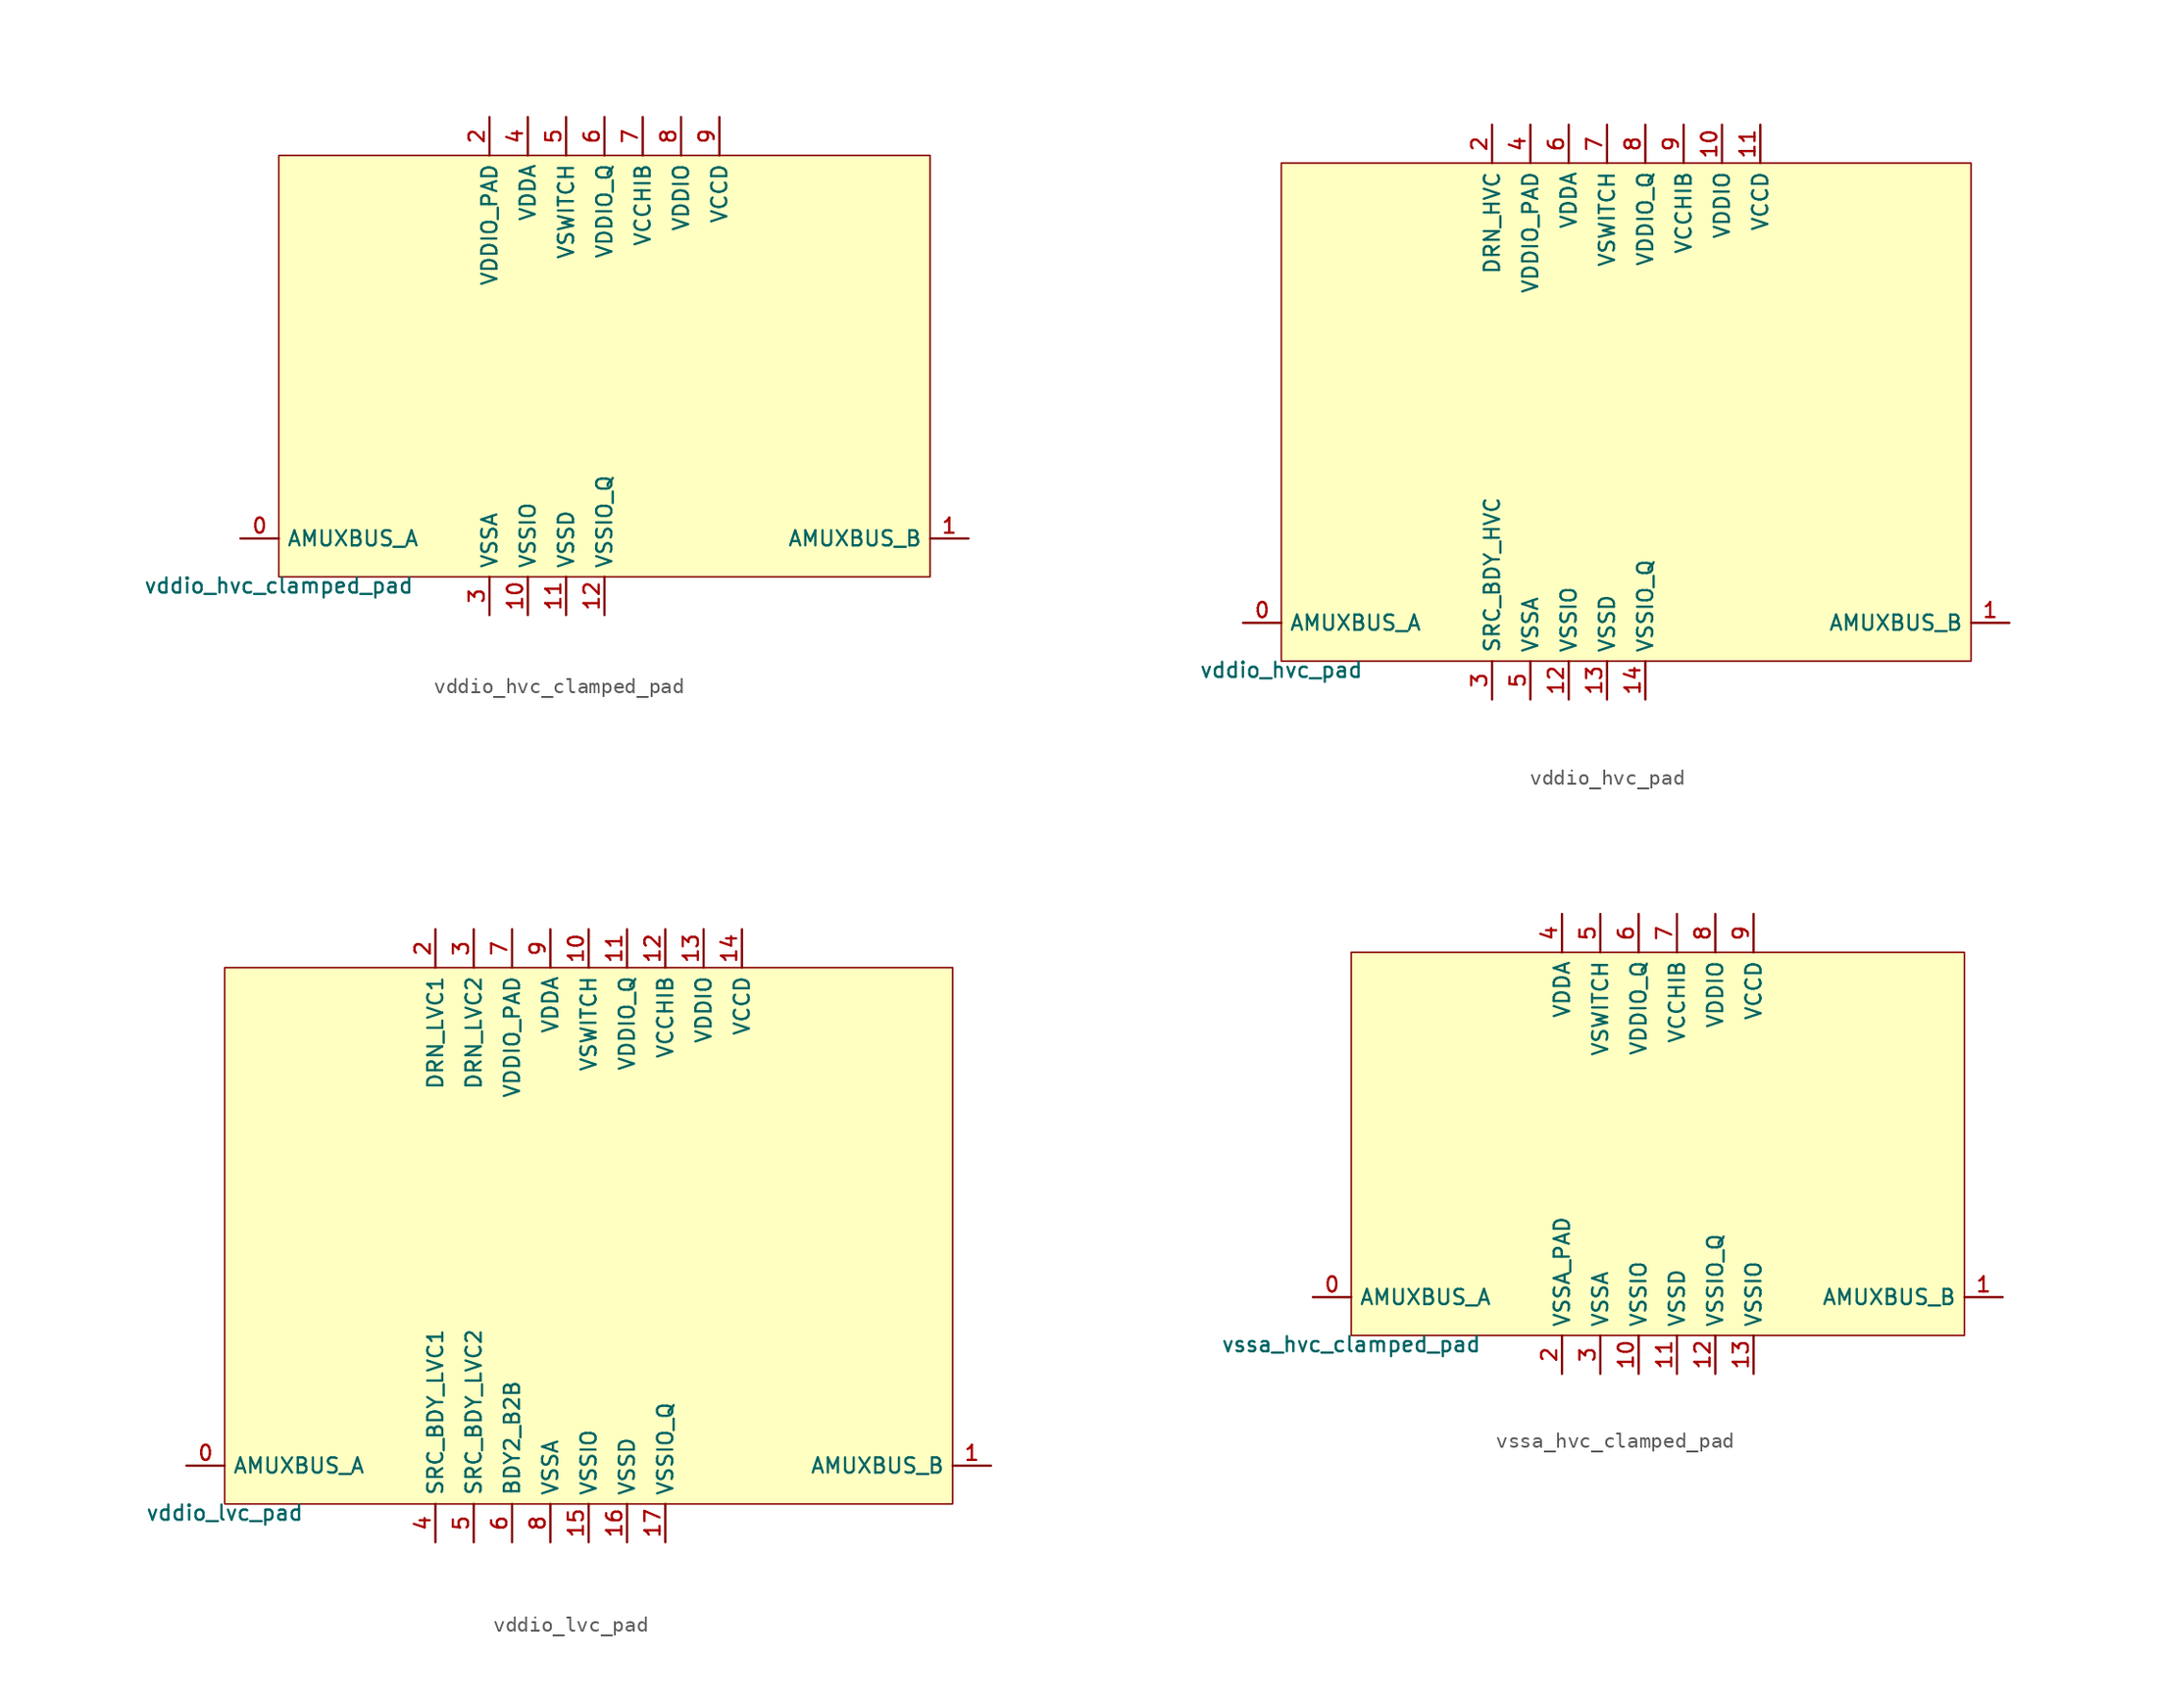
<source format=kicad_sym>
(kicad_symbol_lib
  (version 20211014)
  (generator lef2kicad_sym)
  (symbol "vddio_hvc_clamped_pad"
    (property "Reference" "CELL"
      (at 0 0 0)
      (effects (font (size 1 1)) hide))
    (property "Value" "vddio_hvc_clamped_pad"
      (at -21.59 -13.97 0)
      (effects (font (size 1 1)) (justify top)))
    (rectangle
      (start -21.59 -13.97)
      (end 21.59 13.97)
      (stroke (width 0.1) (type solid) (color 0 0 0 0))
      (fill (type background)))
    (pin bidirectional line
      (at -24.13 -11.43 0)
      (length 2.54)
      (name "AMUXBUS_A" (effects (font (size 1 1)) hide))
      (number "0" (effects (font (size 1 1)) hide)))
    (pin bidirectional line
      (at 24.13 -11.43 180)
      (length 2.54)
      (name "AMUXBUS_B" (effects (font (size 1 1)) hide))
      (number "1" (effects (font (size 1 1)) hide)))
    (pin power_in line
      (at -7.62 16.51 270)
      (length 2.54)
      (name "VDDIO_PAD" (effects (font (size 1 1)) hide))
      (number "2" (effects (font (size 1 1)) hide)))
    (pin power_in line
      (at -7.62 -16.51 90)
      (length 2.54)
      (name "VSSA" (effects (font (size 1 1)) hide))
      (number "3" (effects (font (size 1 1)) hide)))
    (pin power_in line
      (at -5.08 16.51 270)
      (length 2.54)
      (name "VDDA" (effects (font (size 1 1)) hide))
      (number "4" (effects (font (size 1 1)) hide)))
    (pin power_in line
      (at -2.54 16.51 270)
      (length 2.54)
      (name "VSWITCH" (effects (font (size 1 1)) hide))
      (number "5" (effects (font (size 1 1)) hide)))
    (pin power_in line
      (at 0.0 16.51 270)
      (length 2.54)
      (name "VDDIO_Q" (effects (font (size 1 1)) hide))
      (number "6" (effects (font (size 1 1)) hide)))
    (pin power_in line
      (at 2.54 16.51 270)
      (length 2.54)
      (name "VCCHIB" (effects (font (size 1 1)) hide))
      (number "7" (effects (font (size 1 1)) hide)))
    (pin power_in line
      (at 5.08 16.51 270)
      (length 2.54)
      (name "VDDIO" (effects (font (size 1 1)) hide))
      (number "8" (effects (font (size 1 1)) hide)))
    (pin power_in line
      (at 7.62 16.51 270)
      (length 2.54)
      (name "VCCD" (effects (font (size 1 1)) hide))
      (number "9" (effects (font (size 1 1)) hide)))
    (pin power_in line
      (at -5.08 -16.51 90)
      (length 2.54)
      (name "VSSIO" (effects (font (size 1 1)) hide))
      (number "10" (effects (font (size 1 1)) hide)))
    (pin power_in line
      (at -2.54 -16.51 90)
      (length 2.54)
      (name "VSSD" (effects (font (size 1 1)) hide))
      (number "11" (effects (font (size 1 1)) hide)))
    (pin power_in line
      (at 0.0 -16.51 90)
      (length 2.54)
      (name "VSSIO_Q" (effects (font (size 1 1)) hide))
      (number "12" (effects (font (size 1 1)) hide))))
  (symbol "vddio_hvc_pad"
    (property "Reference" "CELL"
      (at 0 0 0)
      (effects (font (size 1 1)) hide))
    (property "Value" "vddio_hvc_pad"
      (at -22.86 -16.51 0)
      (effects (font (size 1 1)) (justify top)))
    (rectangle
      (start -22.86 -16.51)
      (end 22.86 16.51)
      (stroke (width 0.1) (type solid) (color 0 0 0 0))
      (fill (type background)))
    (pin bidirectional line
      (at -25.4 -13.97 0)
      (length 2.54)
      (name "AMUXBUS_A" (effects (font (size 1 1)) hide))
      (number "0" (effects (font (size 1 1)) hide)))
    (pin bidirectional line
      (at 25.4 -13.97 180)
      (length 2.54)
      (name "AMUXBUS_B" (effects (font (size 1 1)) hide))
      (number "1" (effects (font (size 1 1)) hide)))
    (pin power_in line
      (at -8.89 19.05 270)
      (length 2.54)
      (name "DRN_HVC" (effects (font (size 1 1)) hide))
      (number "2" (effects (font (size 1 1)) hide)))
    (pin power_in line
      (at -8.89 -19.05 90)
      (length 2.54)
      (name "SRC_BDY_HVC" (effects (font (size 1 1)) hide))
      (number "3" (effects (font (size 1 1)) hide)))
    (pin power_in line
      (at -6.35 19.05 270)
      (length 2.54)
      (name "VDDIO_PAD" (effects (font (size 1 1)) hide))
      (number "4" (effects (font (size 1 1)) hide)))
    (pin power_in line
      (at -6.35 -19.05 90)
      (length 2.54)
      (name "VSSA" (effects (font (size 1 1)) hide))
      (number "5" (effects (font (size 1 1)) hide)))
    (pin power_in line
      (at -3.81 19.05 270)
      (length 2.54)
      (name "VDDA" (effects (font (size 1 1)) hide))
      (number "6" (effects (font (size 1 1)) hide)))
    (pin power_in line
      (at -1.27 19.05 270)
      (length 2.54)
      (name "VSWITCH" (effects (font (size 1 1)) hide))
      (number "7" (effects (font (size 1 1)) hide)))
    (pin power_in line
      (at 1.27 19.05 270)
      (length 2.54)
      (name "VDDIO_Q" (effects (font (size 1 1)) hide))
      (number "8" (effects (font (size 1 1)) hide)))
    (pin power_in line
      (at 3.81 19.05 270)
      (length 2.54)
      (name "VCCHIB" (effects (font (size 1 1)) hide))
      (number "9" (effects (font (size 1 1)) hide)))
    (pin power_in line
      (at 6.35 19.05 270)
      (length 2.54)
      (name "VDDIO" (effects (font (size 1 1)) hide))
      (number "10" (effects (font (size 1 1)) hide)))
    (pin power_in line
      (at 8.89 19.05 270)
      (length 2.54)
      (name "VCCD" (effects (font (size 1 1)) hide))
      (number "11" (effects (font (size 1 1)) hide)))
    (pin power_in line
      (at -3.81 -19.05 90)
      (length 2.54)
      (name "VSSIO" (effects (font (size 1 1)) hide))
      (number "12" (effects (font (size 1 1)) hide)))
    (pin power_in line
      (at -1.27 -19.05 90)
      (length 2.54)
      (name "VSSD" (effects (font (size 1 1)) hide))
      (number "13" (effects (font (size 1 1)) hide)))
    (pin power_in line
      (at 1.27 -19.05 90)
      (length 2.54)
      (name "VSSIO_Q" (effects (font (size 1 1)) hide))
      (number "14" (effects (font (size 1 1)) hide))))
  (symbol "vddio_lvc_pad"
    (property "Reference" "CELL"
      (at 0 0 0)
      (effects (font (size 1 1)) hide))
    (property "Value" "vddio_lvc_pad"
      (at -24.13 -17.78 0)
      (effects (font (size 1 1)) (justify top)))
    (rectangle
      (start -24.13 -17.78)
      (end 24.13 17.78)
      (stroke (width 0.1) (type solid) (color 0 0 0 0))
      (fill (type background)))
    (pin bidirectional line
      (at -26.67 -15.24 0)
      (length 2.54)
      (name "AMUXBUS_A" (effects (font (size 1 1)) hide))
      (number "0" (effects (font (size 1 1)) hide)))
    (pin bidirectional line
      (at 26.67 -15.24 180)
      (length 2.54)
      (name "AMUXBUS_B" (effects (font (size 1 1)) hide))
      (number "1" (effects (font (size 1 1)) hide)))
    (pin power_in line
      (at -10.16 20.32 270)
      (length 2.54)
      (name "DRN_LVC1" (effects (font (size 1 1)) hide))
      (number "2" (effects (font (size 1 1)) hide)))
    (pin power_in line
      (at -7.62 20.32 270)
      (length 2.54)
      (name "DRN_LVC2" (effects (font (size 1 1)) hide))
      (number "3" (effects (font (size 1 1)) hide)))
    (pin power_in line
      (at -10.16 -20.32 90)
      (length 2.54)
      (name "SRC_BDY_LVC1" (effects (font (size 1 1)) hide))
      (number "4" (effects (font (size 1 1)) hide)))
    (pin power_in line
      (at -7.62 -20.32 90)
      (length 2.54)
      (name "SRC_BDY_LVC2" (effects (font (size 1 1)) hide))
      (number "5" (effects (font (size 1 1)) hide)))
    (pin power_in line
      (at -5.08 -20.32 90)
      (length 2.54)
      (name "BDY2_B2B" (effects (font (size 1 1)) hide))
      (number "6" (effects (font (size 1 1)) hide)))
    (pin power_in line
      (at -5.08 20.32 270)
      (length 2.54)
      (name "VDDIO_PAD" (effects (font (size 1 1)) hide))
      (number "7" (effects (font (size 1 1)) hide)))
    (pin power_in line
      (at -2.54 -20.32 90)
      (length 2.54)
      (name "VSSA" (effects (font (size 1 1)) hide))
      (number "8" (effects (font (size 1 1)) hide)))
    (pin power_in line
      (at -2.54 20.32 270)
      (length 2.54)
      (name "VDDA" (effects (font (size 1 1)) hide))
      (number "9" (effects (font (size 1 1)) hide)))
    (pin power_in line
      (at 0.0 20.32 270)
      (length 2.54)
      (name "VSWITCH" (effects (font (size 1 1)) hide))
      (number "10" (effects (font (size 1 1)) hide)))
    (pin power_in line
      (at 2.54 20.32 270)
      (length 2.54)
      (name "VDDIO_Q" (effects (font (size 1 1)) hide))
      (number "11" (effects (font (size 1 1)) hide)))
    (pin power_in line
      (at 5.08 20.32 270)
      (length 2.54)
      (name "VCCHIB" (effects (font (size 1 1)) hide))
      (number "12" (effects (font (size 1 1)) hide)))
    (pin power_in line
      (at 7.62 20.32 270)
      (length 2.54)
      (name "VDDIO" (effects (font (size 1 1)) hide))
      (number "13" (effects (font (size 1 1)) hide)))
    (pin power_in line
      (at 10.16 20.32 270)
      (length 2.54)
      (name "VCCD" (effects (font (size 1 1)) hide))
      (number "14" (effects (font (size 1 1)) hide)))
    (pin power_in line
      (at 0.0 -20.32 90)
      (length 2.54)
      (name "VSSIO" (effects (font (size 1 1)) hide))
      (number "15" (effects (font (size 1 1)) hide)))
    (pin power_in line
      (at 2.54 -20.32 90)
      (length 2.54)
      (name "VSSD" (effects (font (size 1 1)) hide))
      (number "16" (effects (font (size 1 1)) hide)))
    (pin power_in line
      (at 5.08 -20.32 90)
      (length 2.54)
      (name "VSSIO_Q" (effects (font (size 1 1)) hide))
      (number "17" (effects (font (size 1 1)) hide))))
  (symbol "vssa_hvc_clamped_pad"
    (property "Reference" "CELL"
      (at 0 0 0)
      (effects (font (size 1 1)) hide))
    (property "Value" "vssa_hvc_clamped_pad"
      (at -20.32 -12.7 0)
      (effects (font (size 1 1)) (justify top)))
    (rectangle
      (start -20.32 -12.7)
      (end 20.32 12.7)
      (stroke (width 0.1) (type solid) (color 0 0 0 0))
      (fill (type background)))
    (pin bidirectional line
      (at -22.86 -10.16 0)
      (length 2.54)
      (name "AMUXBUS_A" (effects (font (size 1 1)) hide))
      (number "0" (effects (font (size 1 1)) hide)))
    (pin bidirectional line
      (at 22.86 -10.16 180)
      (length 2.54)
      (name "AMUXBUS_B" (effects (font (size 1 1)) hide))
      (number "1" (effects (font (size 1 1)) hide)))
    (pin power_in line
      (at -6.35 -15.24 90)
      (length 2.54)
      (name "VSSA_PAD" (effects (font (size 1 1)) hide))
      (number "2" (effects (font (size 1 1)) hide)))
    (pin power_in line
      (at -3.81 -15.24 90)
      (length 2.54)
      (name "VSSA" (effects (font (size 1 1)) hide))
      (number "3" (effects (font (size 1 1)) hide)))
    (pin power_in line
      (at -6.35 15.24 270)
      (length 2.54)
      (name "VDDA" (effects (font (size 1 1)) hide))
      (number "4" (effects (font (size 1 1)) hide)))
    (pin power_in line
      (at -3.81 15.24 270)
      (length 2.54)
      (name "VSWITCH" (effects (font (size 1 1)) hide))
      (number "5" (effects (font (size 1 1)) hide)))
    (pin power_in line
      (at -1.27 15.24 270)
      (length 2.54)
      (name "VDDIO_Q" (effects (font (size 1 1)) hide))
      (number "6" (effects (font (size 1 1)) hide)))
    (pin power_in line
      (at 1.27 15.24 270)
      (length 2.54)
      (name "VCCHIB" (effects (font (size 1 1)) hide))
      (number "7" (effects (font (size 1 1)) hide)))
    (pin power_in line
      (at 3.81 15.24 270)
      (length 2.54)
      (name "VDDIO" (effects (font (size 1 1)) hide))
      (number "8" (effects (font (size 1 1)) hide)))
    (pin power_in line
      (at 6.35 15.24 270)
      (length 2.54)
      (name "VCCD" (effects (font (size 1 1)) hide))
      (number "9" (effects (font (size 1 1)) hide)))
    (pin power_in line
      (at -1.27 -15.24 90)
      (length 2.54)
      (name "VSSIO" (effects (font (size 1 1)) hide))
      (number "10" (effects (font (size 1 1)) hide)))
    (pin power_in line
      (at 1.27 -15.24 90)
      (length 2.54)
      (name "VSSD" (effects (font (size 1 1)) hide))
      (number "11" (effects (font (size 1 1)) hide)))
    (pin power_in line
      (at 3.81 -15.24 90)
      (length 2.54)
      (name "VSSIO_Q" (effects (font (size 1 1)) hide))
      (number "12" (effects (font (size 1 1)) hide)))
    (pin power_in line
      (at 6.35 -15.24 90)
      (length 2.54)
      (name "VSSIO" (effects (font (size 1 1)) hide))
      (number "13" (effects (font (size 1 1)) hide)))))
</source>
